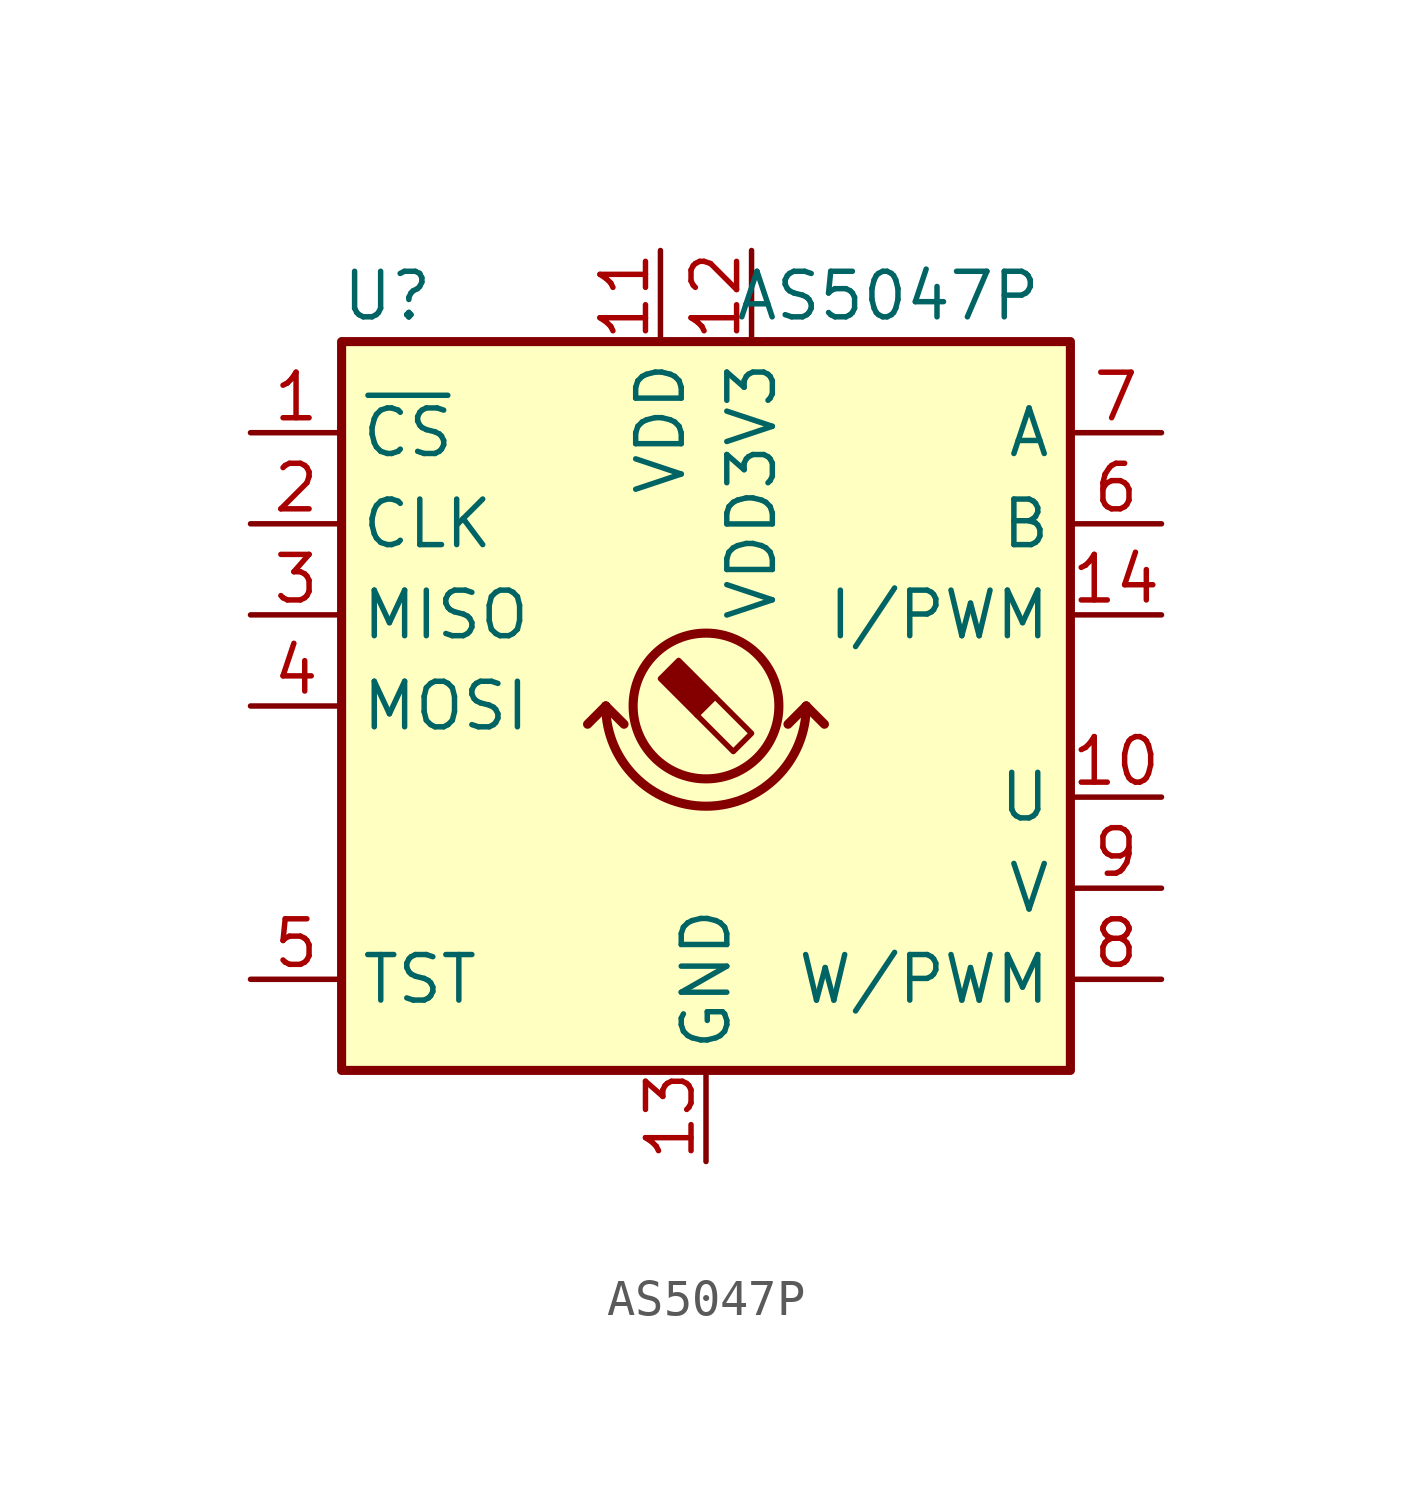
<source format=kicad_sym>
(kicad_symbol_lib
  (version 20220914)
  (generator kicad_symbol_editor)
  (symbol "AS5047P"
    (property "Reference" "U"
      (at -8.89 11.43 0)
      (effects (font (size 1.27 1.27))))
    (property "Value" "AS5047P"
      (at 5.08 11.43 0)
      (effects (font (size 1.27 1.27))))
    (symbol "AS5047P_1_1"
      (rectangle (start -10.16 10.16) (end 10.16 -10.16) (stroke (width 0.254) (type default)) (fill (type background)))
      (arc (start -2.794 0) (mid 0 -2.7819) (end 2.794 0) (stroke (width 0.254) (type default)) (fill (type none)))
      (polyline (pts (xy -2.794 0) (xy -3.302 -0.508)) (stroke (width 0.254) (type default)) (fill (type none)))
      (polyline (pts (xy -2.794 0) (xy -2.286 -0.508)) (stroke (width 0.254) (type default)) (fill (type none)))
      (polyline (pts (xy 2.794 0) (xy 2.286 -0.508)) (stroke (width 0.254) (type default)) (fill (type none)))
      (polyline (pts (xy 2.794 0) (xy 3.302 -0.508)) (stroke (width 0.254) (type default)) (fill (type none)))
      (polyline (pts (xy 0.254 0.254) (xy 1.27 -0.762) (xy 0.762 -1.27) (xy -0.254 -0.254)) (stroke (width 0) (type default)) (fill (type none)))
      (polyline (pts (xy -0.762 1.27) (xy 0.254 0.254) (xy -0.254 -0.254) (xy -1.27 0.762) (xy -1.016 1.016) (xy -0.762 1.27) (xy -0.635 1.143)) (stroke (width 0) (type default)) (fill (type outline)))
      (circle (center 0 0) (radius 2.032) (stroke (width 0.254) (type default)) (fill (type none)))
      (pin input line (at -12.7 7.62 0) (length 2.54) (name "~{CS}" (effects (font (size 1.27 1.27)))) (number "1" (effects (font (size 1.27 1.27)))))
      (pin output line (at 12.7 -2.54 180) (length 2.54) (name "U" (effects (font (size 1.27 1.27)))) (number "10" (effects (font (size 1.27 1.27)))))
      (pin power_in line (at -1.27 12.7 270) (length 2.54) (name "VDD" (effects (font (size 1.27 1.27)))) (number "11" (effects (font (size 1.27 1.27)))))
      (pin power_out line (at 1.27 12.7 270) (length 2.54) (name "VDD3V3" (effects (font (size 1.27 1.27)))) (number "12" (effects (font (size 1.27 1.27)))))
      (pin power_in line (at 0 -12.7 90) (length 2.54) (name "GND" (effects (font (size 1.27 1.27)))) (number "13" (effects (font (size 1.27 1.27)))))
      (pin output line (at 12.7 2.54 180) (length 2.54) (name "I/PWM" (effects (font (size 1.27 1.27)))) (number "14" (effects (font (size 1.27 1.27)))))
      (pin input line (at -12.7 5.08 0) (length 2.54) (name "CLK" (effects (font (size 1.27 1.27)))) (number "2" (effects (font (size 1.27 1.27)))))
      (pin output line (at -12.7 2.54 0) (length 2.54) (name "MISO" (effects (font (size 1.27 1.27)))) (number "3" (effects (font (size 1.27 1.27)))))
      (pin input line (at -12.7 0 0) (length 2.54) (name "MOSI" (effects (font (size 1.27 1.27)))) (number "4" (effects (font (size 1.27 1.27)))))
      (pin input line (at -12.7 -7.62 0) (length 2.54) (name "TST" (effects (font (size 1.27 1.27)))) (number "5" (effects (font (size 1.27 1.27)))))
      (pin output line (at 12.7 5.08 180) (length 2.54) (name "B" (effects (font (size 1.27 1.27)))) (number "6" (effects (font (size 1.27 1.27)))))
      (pin output line (at 12.7 7.62 180) (length 2.54) (name "A" (effects (font (size 1.27 1.27)))) (number "7" (effects (font (size 1.27 1.27)))))
      (pin output line (at 12.7 -7.62 180) (length 2.54) (name "W/PWM" (effects (font (size 1.27 1.27)))) (number "8" (effects (font (size 1.27 1.27)))))
      (pin output line (at 12.7 -5.08 180) (length 2.54) (name "V" (effects (font (size 1.27 1.27)))) (number "9" (effects (font (size 1.27 1.27))))))))
</source>
